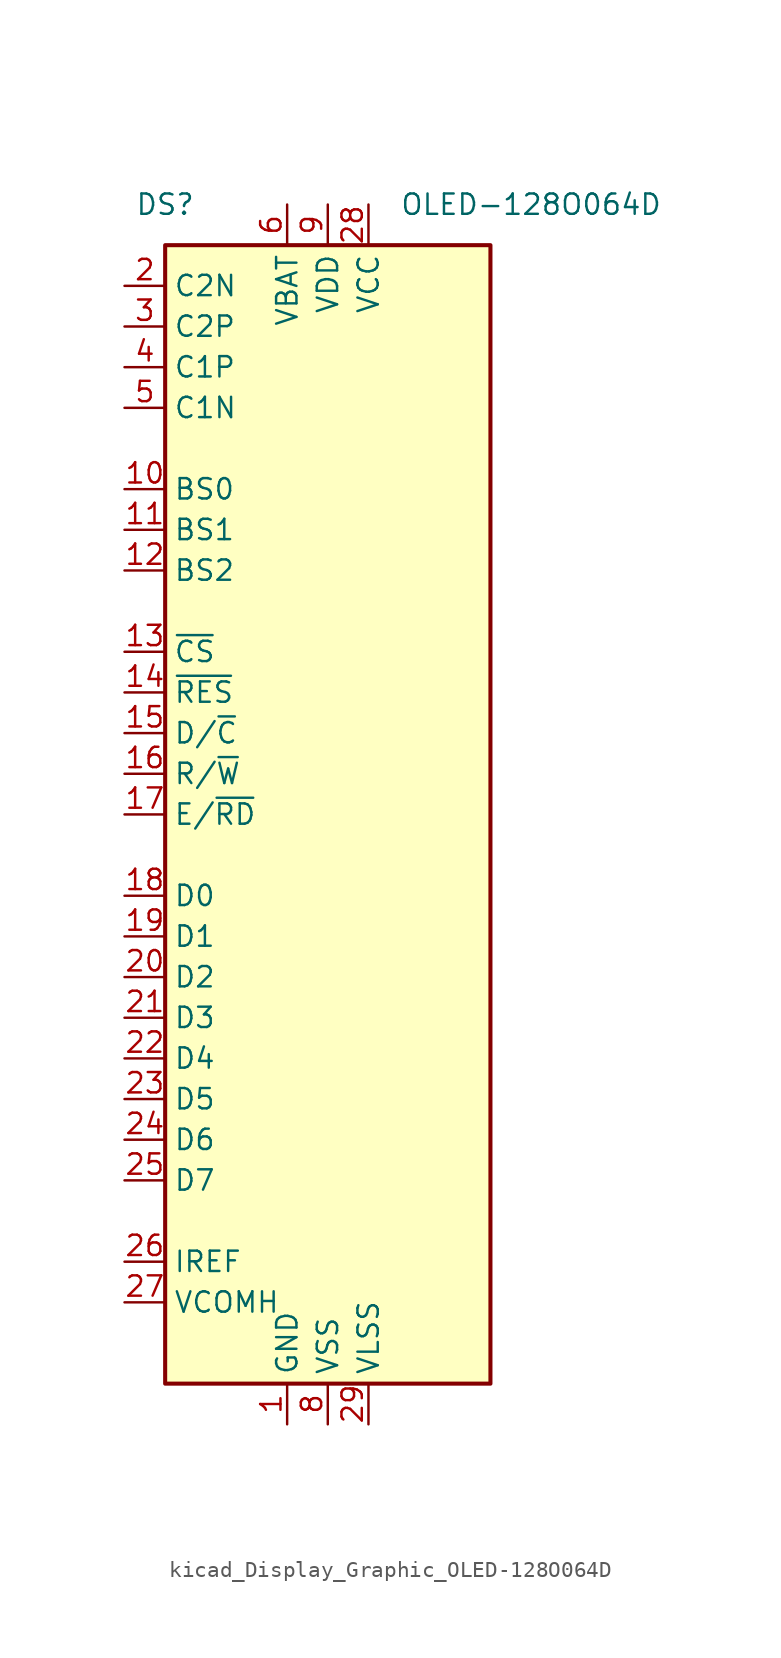
<source format=kicad_sym>
(kicad_symbol_lib
  (version 20220914)
  (generator kicad_symbol_editor)
  (symbol "kicad_Display_Graphic_OLED-128O064D"
    (property "Reference" "DS"
      (at -10.16 38.1 0)
      (effects (font (size 1.27 1.27))))
    (property "Value" "OLED-128O064D"
      (at 12.7 38.1 0)
      (effects (font (size 1.27 1.27))))
    (symbol "kicad_Display_Graphic_OLED-128O064D_0_1"
      (rectangle (start -10.16 35.56) (end 10.16 -35.56) (stroke (width 0.254) (type default)) (fill (type background))))
    (symbol "kicad_Display_Graphic_OLED-128O064D_1_1"
      (pin power_in line (at -2.54 -38.1 90) (length 2.54) (name "GND" (effects (font (size 1.27 1.27)))) (number "1" (effects (font (size 1.27 1.27)))))
      (pin input line (at -12.7 20.32 0) (length 2.54) (name "BS0" (effects (font (size 1.27 1.27)))) (number "10" (effects (font (size 1.27 1.27)))))
      (pin input line (at -12.7 17.78 0) (length 2.54) (name "BS1" (effects (font (size 1.27 1.27)))) (number "11" (effects (font (size 1.27 1.27)))))
      (pin input line (at -12.7 15.24 0) (length 2.54) (name "BS2" (effects (font (size 1.27 1.27)))) (number "12" (effects (font (size 1.27 1.27)))))
      (pin input line (at -12.7 10.16 0) (length 2.54) (name "~{CS}" (effects (font (size 1.27 1.27)))) (number "13" (effects (font (size 1.27 1.27)))))
      (pin input line (at -12.7 7.62 0) (length 2.54) (name "~{RES}" (effects (font (size 1.27 1.27)))) (number "14" (effects (font (size 1.27 1.27)))))
      (pin input line (at -12.7 5.08 0) (length 2.54) (name "D/~{C}" (effects (font (size 1.27 1.27)))) (number "15" (effects (font (size 1.27 1.27)))))
      (pin input line (at -12.7 2.54 0) (length 2.54) (name "R/~{W}" (effects (font (size 1.27 1.27)))) (number "16" (effects (font (size 1.27 1.27)))))
      (pin input line (at -12.7 0 0) (length 2.54) (name "E/~{RD}" (effects (font (size 1.27 1.27)))) (number "17" (effects (font (size 1.27 1.27)))))
      (pin bidirectional line (at -12.7 -5.08 0) (length 2.54) (name "D0" (effects (font (size 1.27 1.27)))) (number "18" (effects (font (size 1.27 1.27)))))
      (pin bidirectional line (at -12.7 -7.62 0) (length 2.54) (name "D1" (effects (font (size 1.27 1.27)))) (number "19" (effects (font (size 1.27 1.27)))))
      (pin passive line (at -12.7 33.02 0) (length 2.54) (name "C2N" (effects (font (size 1.27 1.27)))) (number "2" (effects (font (size 1.27 1.27)))))
      (pin bidirectional line (at -12.7 -10.16 0) (length 2.54) (name "D2" (effects (font (size 1.27 1.27)))) (number "20" (effects (font (size 1.27 1.27)))))
      (pin bidirectional line (at -12.7 -12.7 0) (length 2.54) (name "D3" (effects (font (size 1.27 1.27)))) (number "21" (effects (font (size 1.27 1.27)))))
      (pin bidirectional line (at -12.7 -15.24 0) (length 2.54) (name "D4" (effects (font (size 1.27 1.27)))) (number "22" (effects (font (size 1.27 1.27)))))
      (pin bidirectional line (at -12.7 -17.78 0) (length 2.54) (name "D5" (effects (font (size 1.27 1.27)))) (number "23" (effects (font (size 1.27 1.27)))))
      (pin bidirectional line (at -12.7 -20.32 0) (length 2.54) (name "D6" (effects (font (size 1.27 1.27)))) (number "24" (effects (font (size 1.27 1.27)))))
      (pin bidirectional line (at -12.7 -22.86 0) (length 2.54) (name "D7" (effects (font (size 1.27 1.27)))) (number "25" (effects (font (size 1.27 1.27)))))
      (pin passive line (at -12.7 -27.94 0) (length 2.54) (name "IREF" (effects (font (size 1.27 1.27)))) (number "26" (effects (font (size 1.27 1.27)))))
      (pin passive line (at -12.7 -30.48 0) (length 2.54) (name "VCOMH" (effects (font (size 1.27 1.27)))) (number "27" (effects (font (size 1.27 1.27)))))
      (pin power_in line (at 2.54 38.1 270) (length 2.54) (name "VCC" (effects (font (size 1.27 1.27)))) (number "28" (effects (font (size 1.27 1.27)))))
      (pin power_in line (at 2.54 -38.1 90) (length 2.54) (name "VLSS" (effects (font (size 1.27 1.27)))) (number "29" (effects (font (size 1.27 1.27)))))
      (pin passive line (at -12.7 30.48 0) (length 2.54) (name "C2P" (effects (font (size 1.27 1.27)))) (number "3" (effects (font (size 1.27 1.27)))))
      (pin passive line (at -2.54 -38.1 90) (length 2.54) hide (name "GND" (effects (font (size 1.27 1.27)))) (number "30" (effects (font (size 1.27 1.27)))))
      (pin passive line (at -12.7 27.94 0) (length 2.54) (name "C1P" (effects (font (size 1.27 1.27)))) (number "4" (effects (font (size 1.27 1.27)))))
      (pin passive line (at -12.7 25.4 0) (length 2.54) (name "C1N" (effects (font (size 1.27 1.27)))) (number "5" (effects (font (size 1.27 1.27)))))
      (pin power_in line (at -2.54 38.1 270) (length 2.54) (name "VBAT" (effects (font (size 1.27 1.27)))) (number "6" (effects (font (size 1.27 1.27)))))
      (pin no_connect line (at 10.16 0 180) (length 2.54) hide (name "NC" (effects (font (size 1.27 1.27)))) (number "7" (effects (font (size 1.27 1.27)))))
      (pin power_in line (at 0 -38.1 90) (length 2.54) (name "VSS" (effects (font (size 1.27 1.27)))) (number "8" (effects (font (size 1.27 1.27)))))
      (pin power_in line (at 0 38.1 270) (length 2.54) (name "VDD" (effects (font (size 1.27 1.27)))) (number "9" (effects (font (size 1.27 1.27))))))))
</source>
